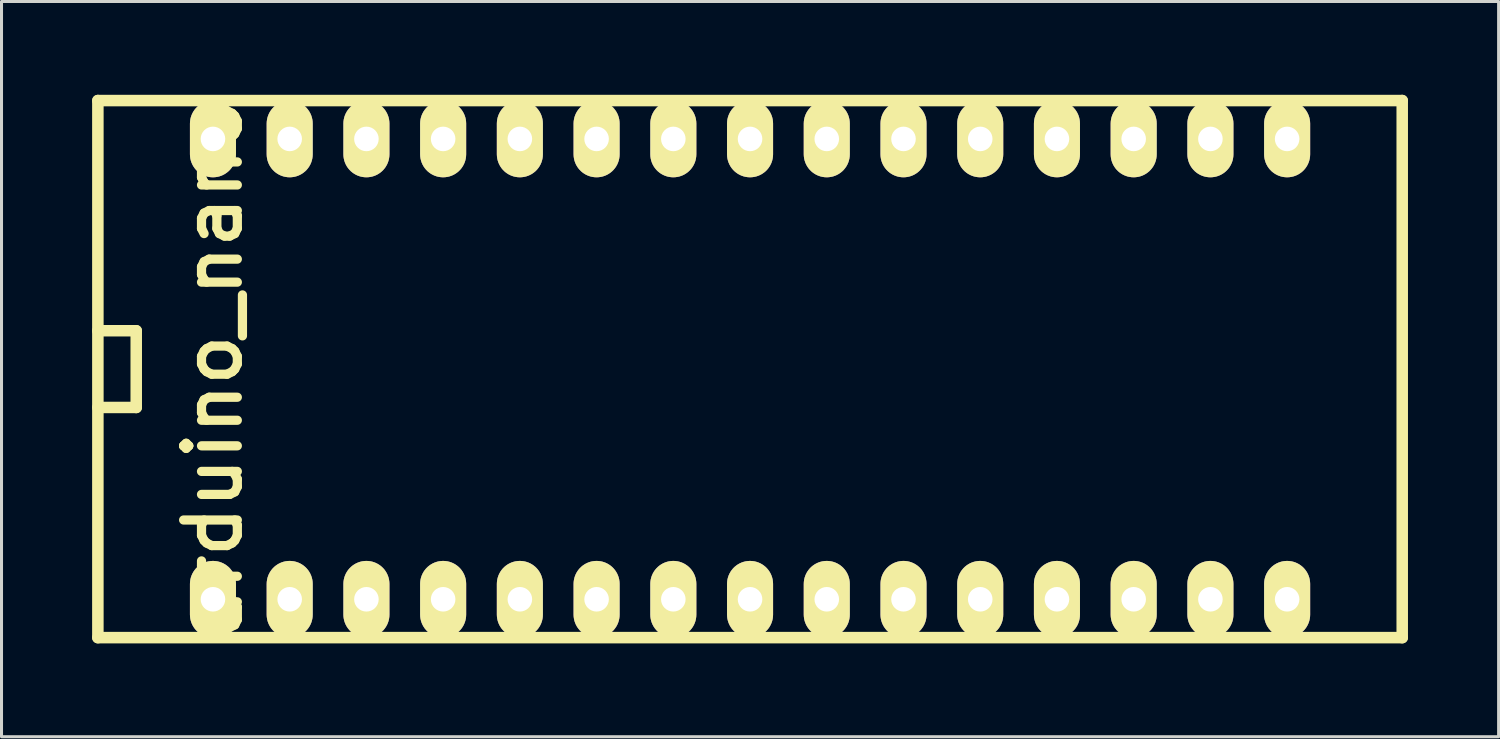
<source format=kicad_pcb>
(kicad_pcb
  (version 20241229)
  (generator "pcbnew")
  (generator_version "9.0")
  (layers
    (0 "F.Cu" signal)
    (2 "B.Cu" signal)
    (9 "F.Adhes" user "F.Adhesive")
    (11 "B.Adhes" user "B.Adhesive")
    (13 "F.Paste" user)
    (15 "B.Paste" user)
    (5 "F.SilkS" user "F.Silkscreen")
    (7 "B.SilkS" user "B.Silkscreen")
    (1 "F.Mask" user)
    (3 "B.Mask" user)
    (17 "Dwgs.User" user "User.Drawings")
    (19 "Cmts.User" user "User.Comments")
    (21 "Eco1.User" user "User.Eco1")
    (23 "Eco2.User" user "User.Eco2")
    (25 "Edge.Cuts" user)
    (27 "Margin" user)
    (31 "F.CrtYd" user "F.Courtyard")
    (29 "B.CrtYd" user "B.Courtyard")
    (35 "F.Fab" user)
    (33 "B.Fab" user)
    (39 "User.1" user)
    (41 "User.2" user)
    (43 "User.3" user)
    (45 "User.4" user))
  (footprint "arduino_nano"
    (layer "F.Cu")
    (at 23.05 9.169)
    (property "Reference" "arduino_nano" (at -19.05 0 270) (layer "F.SilkS") (effects (font (size 1.778 1.778) (thickness 0.305))))
    (attr through_hole)
    (fp_line (start -22.86 -8.89) (end -22.86 8.89) (stroke (width 0.381) (type solid)) (layer "F.SilkS"))
    (fp_line (start -22.86 -8.89) (end 20.32 -8.89) (stroke (width 0.381) (type solid)) (layer "F.SilkS"))
    (fp_line (start -22.86 1.27) (end -21.59 1.27) (stroke (width 0.381) (type solid)) (layer "F.SilkS"))
    (fp_line (start -21.59 -1.27) (end -22.86 -1.27) (stroke (width 0.381) (type solid)) (layer "F.SilkS"))
    (fp_line (start -21.59 1.27) (end -21.59 -1.27) (stroke (width 0.381) (type solid)) (layer "F.SilkS"))
    (fp_line (start 20.32 -8.89) (end 20.32 8.89) (stroke (width 0.381) (type solid)) (layer "F.SilkS"))
    (fp_line (start 20.32 8.89) (end -22.86 8.89) (stroke (width 0.381) (type solid)) (layer "F.SilkS"))
    (pad "1" thru_hole oval (at -19.05 7.62) (size 1.524 2.54) (drill 0.813) (layers "*.Cu" "*.Mask" "F.SilkS"))
    (pad "2" thru_hole oval (at -16.51 7.62) (size 1.524 2.54) (drill 0.813) (layers "*.Cu" "*.Mask" "F.SilkS"))
    (pad "3" thru_hole oval (at -13.97 7.62) (size 1.524 2.54) (drill 0.813) (layers "*.Cu" "*.Mask" "F.SilkS"))
    (pad "4" thru_hole oval (at -11.43 7.62) (size 1.524 2.54) (drill 0.813) (layers "*.Cu" "*.Mask" "F.SilkS"))
    (pad "5" thru_hole oval (at -8.89 7.62) (size 1.524 2.54) (drill 0.813) (layers "*.Cu" "*.Mask" "F.SilkS"))
    (pad "6" thru_hole oval (at -6.35 7.62) (size 1.524 2.54) (drill 0.813) (layers "*.Cu" "*.Mask" "F.SilkS"))
    (pad "7" thru_hole oval (at -3.81 7.62) (size 1.524 2.54) (drill 0.813) (layers "*.Cu" "*.Mask" "F.SilkS"))
    (pad "8" thru_hole oval (at -1.27 7.62) (size 1.524 2.54) (drill 0.813) (layers "*.Cu" "*.Mask" "F.SilkS"))
    (pad "9" thru_hole oval (at 1.27 7.62) (size 1.524 2.54) (drill 0.813) (layers "*.Cu" "*.Mask" "F.SilkS"))
    (pad "10" thru_hole oval (at 3.81 7.62) (size 1.524 2.54) (drill 0.813) (layers "*.Cu" "*.Mask" "F.SilkS"))
    (pad "11" thru_hole oval (at 6.35 7.62) (size 1.524 2.54) (drill 0.813) (layers "*.Cu" "*.Mask" "F.SilkS"))
    (pad "12" thru_hole oval (at 8.89 7.62) (size 1.524 2.54) (drill 0.813) (layers "*.Cu" "*.Mask" "F.SilkS"))
    (pad "13" thru_hole oval (at 11.43 7.62) (size 1.524 2.54) (drill 0.813) (layers "*.Cu" "*.Mask" "F.SilkS"))
    (pad "14" thru_hole oval (at 13.97 7.62) (size 1.524 2.54) (drill 0.813) (layers "*.Cu" "*.Mask" "F.SilkS"))
    (pad "15" thru_hole oval (at 16.51 7.62) (size 1.524 2.54) (drill 0.813) (layers "*.Cu" "*.Mask" "F.SilkS"))
    (pad "16" thru_hole oval (at 16.51 -7.62) (size 1.524 2.54) (drill 0.813) (layers "*.Cu" "*.Mask" "F.SilkS"))
    (pad "17" thru_hole oval (at 13.97 -7.62) (size 1.524 2.54) (drill 0.813) (layers "*.Cu" "*.Mask" "F.SilkS"))
    (pad "18" thru_hole oval (at 11.43 -7.62) (size 1.524 2.54) (drill 0.813) (layers "*.Cu" "*.Mask" "F.SilkS"))
    (pad "19" thru_hole oval (at 8.89 -7.62) (size 1.524 2.54) (drill 0.813) (layers "*.Cu" "*.Mask" "F.SilkS"))
    (pad "20" thru_hole oval (at 6.35 -7.62) (size 1.524 2.54) (drill 0.813) (layers "*.Cu" "*.Mask" "F.SilkS"))
    (pad "21" thru_hole oval (at 3.81 -7.62) (size 1.524 2.54) (drill 0.813) (layers "*.Cu" "*.Mask" "F.SilkS"))
    (pad "22" thru_hole oval (at 1.27 -7.62) (size 1.524 2.54) (drill 0.813) (layers "*.Cu" "*.Mask" "F.SilkS"))
    (pad "23" thru_hole oval (at -1.27 -7.62) (size 1.524 2.54) (drill 0.813) (layers "*.Cu" "*.Mask" "F.SilkS"))
    (pad "24" thru_hole oval (at -3.81 -7.62) (size 1.524 2.54) (drill 0.813) (layers "*.Cu" "*.Mask" "F.SilkS"))
    (pad "25" thru_hole oval (at -6.35 -7.62) (size 1.524 2.54) (drill 0.813) (layers "*.Cu" "*.Mask" "F.SilkS"))
    (pad "26" thru_hole oval (at -8.89 -7.62) (size 1.524 2.54) (drill 0.813) (layers "*.Cu" "*.Mask" "F.SilkS"))
    (pad "27" thru_hole oval (at -11.43 -7.62) (size 1.524 2.54) (drill 0.813) (layers "*.Cu" "*.Mask" "F.SilkS"))
    (pad "28" thru_hole oval (at -13.97 -7.62) (size 1.524 2.54) (drill 0.813) (layers "*.Cu" "*.Mask" "F.SilkS"))
    (pad "29" thru_hole oval (at -16.51 -7.62) (size 1.524 2.54) (drill 0.813) (layers "*.Cu" "*.Mask" "F.SilkS"))
    (pad "30" thru_hole oval (at -19.05 -7.62) (size 1.524 2.54) (drill 0.813) (layers "*.Cu" "*.Mask" "F.SilkS")))
  (gr_rect
    (start -3 -3)
    (end 46.561 21.339)
    (stroke (width 0.1) (type default))
    (fill no)
    (layer "Edge.Cuts")))
</source>
